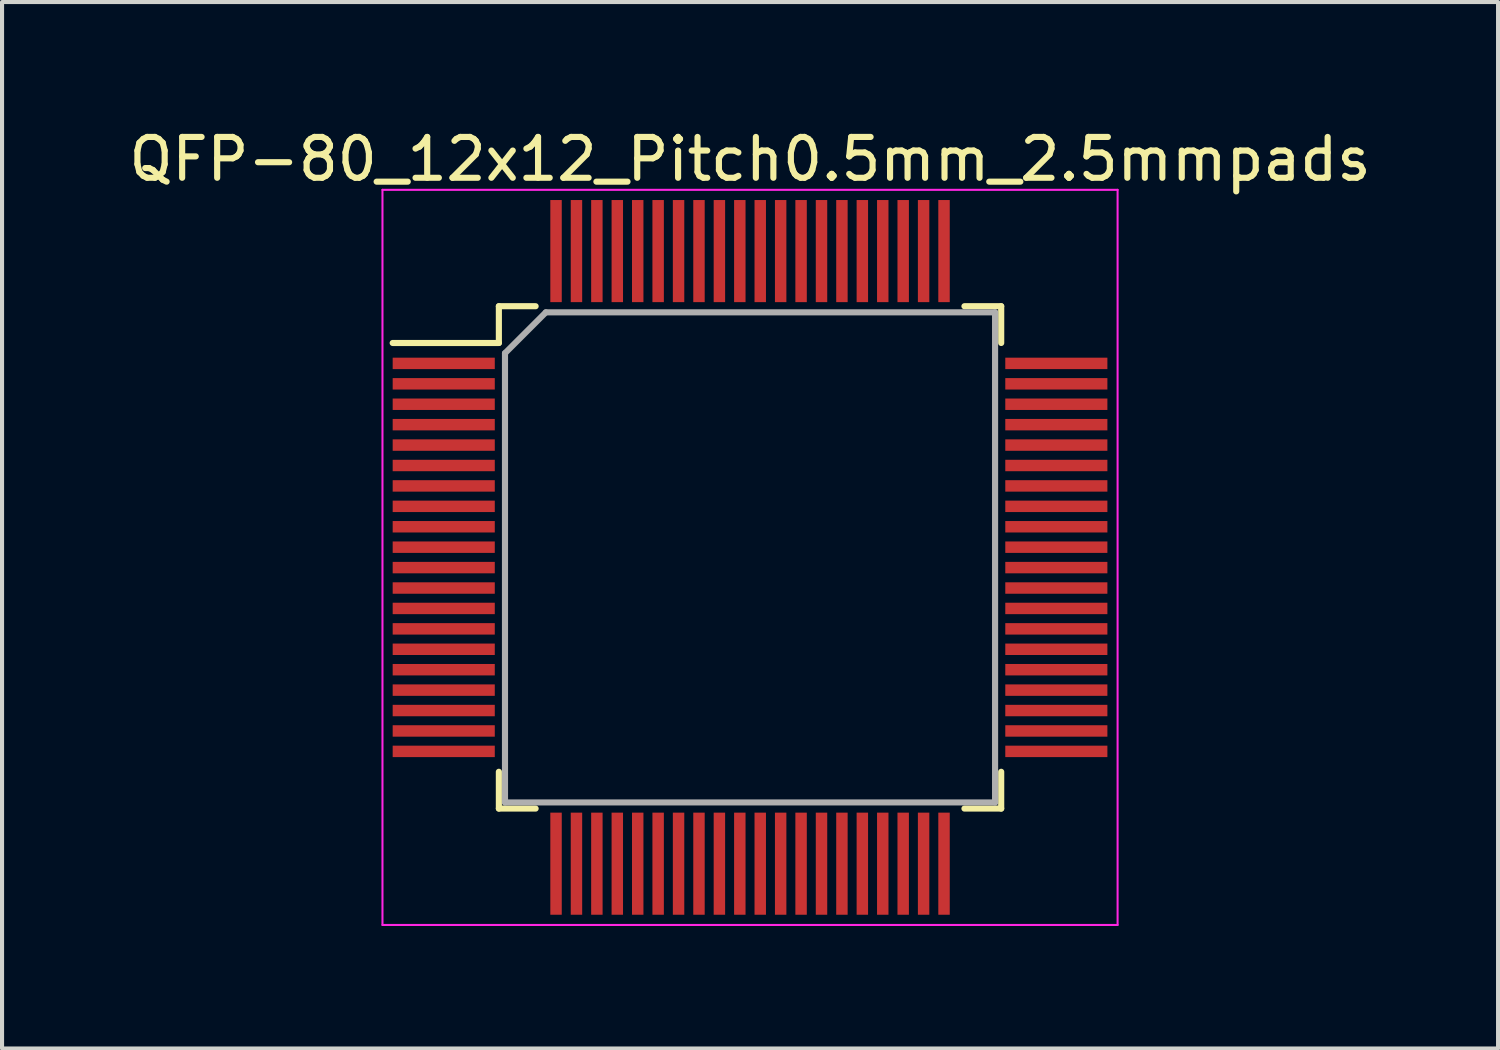
<source format=kicad_pcb>
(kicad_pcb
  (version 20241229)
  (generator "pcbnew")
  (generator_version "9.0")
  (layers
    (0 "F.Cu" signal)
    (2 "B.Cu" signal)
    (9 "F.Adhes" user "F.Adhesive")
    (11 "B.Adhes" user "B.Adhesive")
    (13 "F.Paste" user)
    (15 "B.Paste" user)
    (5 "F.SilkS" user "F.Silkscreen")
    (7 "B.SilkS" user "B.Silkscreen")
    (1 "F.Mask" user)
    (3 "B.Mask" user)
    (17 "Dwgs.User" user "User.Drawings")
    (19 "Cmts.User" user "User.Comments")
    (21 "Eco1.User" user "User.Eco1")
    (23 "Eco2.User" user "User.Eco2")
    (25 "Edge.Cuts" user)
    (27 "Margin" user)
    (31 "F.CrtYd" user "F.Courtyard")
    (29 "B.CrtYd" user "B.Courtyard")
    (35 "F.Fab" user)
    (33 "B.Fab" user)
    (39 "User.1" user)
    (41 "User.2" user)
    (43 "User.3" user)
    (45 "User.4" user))
  (footprint "QFP-80_12x12_Pitch0.5mm_2.5mmpads"
    (layer "F.Cu")
    (at 15.315 10.598)
    (property "Reference" "QFP-80_12x12_Pitch0.5mm_2.5mmpads" (at 0 -9.75 0) (layer "F.SilkS") (effects (font (size 1 1) (thickness 0.15))))
    (attr smd)
    (fp_line (start -6.15 -6.15) (end -6.15 -5.25) (stroke (width 0.15) (type solid)) (layer "F.SilkS"))
    (fp_line (start -6.15 -5.25) (end -8.75 -5.25) (stroke (width 0.15) (type solid)) (layer "F.SilkS"))
    (fp_line (start -6.15 6.15) (end -6.15 5.25) (stroke (width 0.15) (type solid)) (layer "F.SilkS"))
    (fp_line (start -5.25 -6.15) (end -6.15 -6.15) (stroke (width 0.15) (type solid)) (layer "F.SilkS"))
    (fp_line (start -5.25 6.15) (end -6.15 6.15) (stroke (width 0.15) (type solid)) (layer "F.SilkS"))
    (fp_line (start 5.25 -6.15) (end 6.15 -6.15) (stroke (width 0.15) (type solid)) (layer "F.SilkS"))
    (fp_line (start 5.25 6.15) (end 6.15 6.15) (stroke (width 0.15) (type solid)) (layer "F.SilkS"))
    (fp_line (start 6.15 -6.15) (end 6.15 -5.25) (stroke (width 0.15) (type solid)) (layer "F.SilkS"))
    (fp_line (start 6.15 6.15) (end 6.15 5.25) (stroke (width 0.15) (type solid)) (layer "F.SilkS"))
    (fp_line (start -9 -9) (end 9 -9) (stroke (width 0.05) (type solid)) (layer "F.CrtYd"))
    (fp_line (start -9 9) (end -9 -9) (stroke (width 0.05) (type solid)) (layer "F.CrtYd"))
    (fp_line (start 9 -9) (end 9 9) (stroke (width 0.05) (type solid)) (layer "F.CrtYd"))
    (fp_line (start 9 9) (end -9 9) (stroke (width 0.05) (type solid)) (layer "F.CrtYd"))
    (fp_line (start -6 -5) (end -6 6) (stroke (width 0.15) (type solid)) (layer "F.Fab"))
    (fp_line (start -6 6) (end 6 6) (stroke (width 0.15) (type solid)) (layer "F.Fab"))
    (fp_line (start -5 -6) (end -6 -5) (stroke (width 0.15) (type solid)) (layer "F.Fab"))
    (fp_line (start 6 -6) (end -5 -6) (stroke (width 0.15) (type solid)) (layer "F.Fab"))
    (fp_line (start 6 6) (end 6 -6) (stroke (width 0.15) (type solid)) (layer "F.Fab"))
    (pad "1" smd rect (at -7.5 -4.75 90) (size 0.28 2.5) (layers "F.Cu" "F.Mask" "F.Paste"))
    (pad "2" smd rect (at -7.5 -4.25 90) (size 0.28 2.5) (layers "F.Cu" "F.Mask" "F.Paste"))
    (pad "3" smd rect (at -7.5 -3.75 90) (size 0.28 2.5) (layers "F.Cu" "F.Mask" "F.Paste"))
    (pad "4" smd rect (at -7.5 -3.25 90) (size 0.28 2.5) (layers "F.Cu" "F.Mask" "F.Paste"))
    (pad "5" smd rect (at -7.5 -2.75 90) (size 0.28 2.5) (layers "F.Cu" "F.Mask" "F.Paste"))
    (pad "6" smd rect (at -7.5 -2.25 90) (size 0.28 2.5) (layers "F.Cu" "F.Mask" "F.Paste"))
    (pad "7" smd rect (at -7.5 -1.75 90) (size 0.28 2.5) (layers "F.Cu" "F.Mask" "F.Paste"))
    (pad "8" smd rect (at -7.5 -1.25 90) (size 0.28 2.5) (layers "F.Cu" "F.Mask" "F.Paste"))
    (pad "9" smd rect (at -7.5 -0.75 90) (size 0.28 2.5) (layers "F.Cu" "F.Mask" "F.Paste"))
    (pad "10" smd rect (at -7.5 -0.25 90) (size 0.28 2.5) (layers "F.Cu" "F.Mask" "F.Paste"))
    (pad "11" smd rect (at -7.5 0.25 90) (size 0.28 2.5) (layers "F.Cu" "F.Mask" "F.Paste"))
    (pad "12" smd rect (at -7.5 0.75 90) (size 0.28 2.5) (layers "F.Cu" "F.Mask" "F.Paste"))
    (pad "13" smd rect (at -7.5 1.25 90) (size 0.28 2.5) (layers "F.Cu" "F.Mask" "F.Paste"))
    (pad "14" smd rect (at -7.5 1.75 90) (size 0.28 2.5) (layers "F.Cu" "F.Mask" "F.Paste"))
    (pad "15" smd rect (at -7.5 2.25 90) (size 0.28 2.5) (layers "F.Cu" "F.Mask" "F.Paste"))
    (pad "16" smd rect (at -7.5 2.75 90) (size 0.28 2.5) (layers "F.Cu" "F.Mask" "F.Paste"))
    (pad "17" smd rect (at -7.5 3.25 90) (size 0.28 2.5) (layers "F.Cu" "F.Mask" "F.Paste"))
    (pad "18" smd rect (at -7.5 3.75 90) (size 0.28 2.5) (layers "F.Cu" "F.Mask" "F.Paste"))
    (pad "19" smd rect (at -7.5 4.25 90) (size 0.28 2.5) (layers "F.Cu" "F.Mask" "F.Paste"))
    (pad "20" smd rect (at -7.5 4.75 90) (size 0.28 2.5) (layers "F.Cu" "F.Mask" "F.Paste"))
    (pad "21" smd rect (at -4.75 7.5) (size 0.28 2.5) (layers "F.Cu" "F.Mask" "F.Paste"))
    (pad "22" smd rect (at -4.25 7.5) (size 0.28 2.5) (layers "F.Cu" "F.Mask" "F.Paste"))
    (pad "23" smd rect (at -3.75 7.5) (size 0.28 2.5) (layers "F.Cu" "F.Mask" "F.Paste"))
    (pad "24" smd rect (at -3.25 7.5) (size 0.28 2.5) (layers "F.Cu" "F.Mask" "F.Paste"))
    (pad "25" smd rect (at -2.75 7.5) (size 0.28 2.5) (layers "F.Cu" "F.Mask" "F.Paste"))
    (pad "26" smd rect (at -2.25 7.5) (size 0.28 2.5) (layers "F.Cu" "F.Mask" "F.Paste"))
    (pad "27" smd rect (at -1.75 7.5) (size 0.28 2.5) (layers "F.Cu" "F.Mask" "F.Paste"))
    (pad "28" smd rect (at -1.25 7.5) (size 0.28 2.5) (layers "F.Cu" "F.Mask" "F.Paste"))
    (pad "29" smd rect (at -0.75 7.5) (size 0.28 2.5) (layers "F.Cu" "F.Mask" "F.Paste"))
    (pad "30" smd rect (at -0.25 7.5) (size 0.28 2.5) (layers "F.Cu" "F.Mask" "F.Paste"))
    (pad "31" smd rect (at 0.25 7.5) (size 0.28 2.5) (layers "F.Cu" "F.Mask" "F.Paste"))
    (pad "32" smd rect (at 0.75 7.5) (size 0.28 2.5) (layers "F.Cu" "F.Mask" "F.Paste"))
    (pad "33" smd rect (at 1.25 7.5) (size 0.28 2.5) (layers "F.Cu" "F.Mask" "F.Paste"))
    (pad "34" smd rect (at 1.75 7.5) (size 0.28 2.5) (layers "F.Cu" "F.Mask" "F.Paste"))
    (pad "35" smd rect (at 2.25 7.5) (size 0.28 2.5) (layers "F.Cu" "F.Mask" "F.Paste"))
    (pad "36" smd rect (at 2.75 7.5) (size 0.28 2.5) (layers "F.Cu" "F.Mask" "F.Paste"))
    (pad "37" smd rect (at 3.25 7.5) (size 0.28 2.5) (layers "F.Cu" "F.Mask" "F.Paste"))
    (pad "38" smd rect (at 3.75 7.5) (size 0.28 2.5) (layers "F.Cu" "F.Mask" "F.Paste"))
    (pad "39" smd rect (at 4.25 7.5) (size 0.28 2.5) (layers "F.Cu" "F.Mask" "F.Paste"))
    (pad "40" smd rect (at 4.75 7.5) (size 0.28 2.5) (layers "F.Cu" "F.Mask" "F.Paste"))
    (pad "41" smd rect (at 7.5 4.75 90) (size 0.28 2.5) (layers "F.Cu" "F.Mask" "F.Paste"))
    (pad "42" smd rect (at 7.5 4.25 90) (size 0.28 2.5) (layers "F.Cu" "F.Mask" "F.Paste"))
    (pad "43" smd rect (at 7.5 3.75 90) (size 0.28 2.5) (layers "F.Cu" "F.Mask" "F.Paste"))
    (pad "44" smd rect (at 7.5 3.25 90) (size 0.28 2.5) (layers "F.Cu" "F.Mask" "F.Paste"))
    (pad "45" smd rect (at 7.5 2.75 90) (size 0.28 2.5) (layers "F.Cu" "F.Mask" "F.Paste"))
    (pad "46" smd rect (at 7.5 2.25 90) (size 0.28 2.5) (layers "F.Cu" "F.Mask" "F.Paste"))
    (pad "47" smd rect (at 7.5 1.75 90) (size 0.28 2.5) (layers "F.Cu" "F.Mask" "F.Paste"))
    (pad "48" smd rect (at 7.5 1.25 90) (size 0.28 2.5) (layers "F.Cu" "F.Mask" "F.Paste"))
    (pad "49" smd rect (at 7.5 0.75 90) (size 0.28 2.5) (layers "F.Cu" "F.Mask" "F.Paste"))
    (pad "50" smd rect (at 7.5 0.25 90) (size 0.28 2.5) (layers "F.Cu" "F.Mask" "F.Paste"))
    (pad "51" smd rect (at 7.5 -0.25 90) (size 0.28 2.5) (layers "F.Cu" "F.Mask" "F.Paste"))
    (pad "52" smd rect (at 7.5 -0.75 90) (size 0.28 2.5) (layers "F.Cu" "F.Mask" "F.Paste"))
    (pad "53" smd rect (at 7.5 -1.25 90) (size 0.28 2.5) (layers "F.Cu" "F.Mask" "F.Paste"))
    (pad "54" smd rect (at 7.5 -1.75 90) (size 0.28 2.5) (layers "F.Cu" "F.Mask" "F.Paste"))
    (pad "55" smd rect (at 7.5 -2.25 90) (size 0.28 2.5) (layers "F.Cu" "F.Mask" "F.Paste"))
    (pad "56" smd rect (at 7.5 -2.75 90) (size 0.28 2.5) (layers "F.Cu" "F.Mask" "F.Paste"))
    (pad "57" smd rect (at 7.5 -3.25 90) (size 0.28 2.5) (layers "F.Cu" "F.Mask" "F.Paste"))
    (pad "58" smd rect (at 7.5 -3.75 90) (size 0.28 2.5) (layers "F.Cu" "F.Mask" "F.Paste"))
    (pad "59" smd rect (at 7.5 -4.25 90) (size 0.28 2.5) (layers "F.Cu" "F.Mask" "F.Paste"))
    (pad "60" smd rect (at 7.5 -4.75 90) (size 0.28 2.5) (layers "F.Cu" "F.Mask" "F.Paste"))
    (pad "61" smd rect (at 4.75 -7.5) (size 0.28 2.5) (layers "F.Cu" "F.Mask" "F.Paste"))
    (pad "62" smd rect (at 4.25 -7.5) (size 0.28 2.5) (layers "F.Cu" "F.Mask" "F.Paste"))
    (pad "63" smd rect (at 3.75 -7.5) (size 0.28 2.5) (layers "F.Cu" "F.Mask" "F.Paste"))
    (pad "64" smd rect (at 3.25 -7.5) (size 0.28 2.5) (layers "F.Cu" "F.Mask" "F.Paste"))
    (pad "65" smd rect (at 2.75 -7.5) (size 0.28 2.5) (layers "F.Cu" "F.Mask" "F.Paste"))
    (pad "66" smd rect (at 2.25 -7.5) (size 0.28 2.5) (layers "F.Cu" "F.Mask" "F.Paste"))
    (pad "67" smd rect (at 1.75 -7.5) (size 0.28 2.5) (layers "F.Cu" "F.Mask" "F.Paste"))
    (pad "68" smd rect (at 1.25 -7.5) (size 0.28 2.5) (layers "F.Cu" "F.Mask" "F.Paste"))
    (pad "69" smd rect (at 0.75 -7.5) (size 0.28 2.5) (layers "F.Cu" "F.Mask" "F.Paste"))
    (pad "70" smd rect (at 0.25 -7.5) (size 0.28 2.5) (layers "F.Cu" "F.Mask" "F.Paste"))
    (pad "71" smd rect (at -0.25 -7.5) (size 0.28 2.5) (layers "F.Cu" "F.Mask" "F.Paste"))
    (pad "72" smd rect (at -0.75 -7.5) (size 0.28 2.5) (layers "F.Cu" "F.Mask" "F.Paste"))
    (pad "73" smd rect (at -1.25 -7.5) (size 0.28 2.5) (layers "F.Cu" "F.Mask" "F.Paste"))
    (pad "74" smd rect (at -1.75 -7.5) (size 0.28 2.5) (layers "F.Cu" "F.Mask" "F.Paste"))
    (pad "75" smd rect (at -2.25 -7.5) (size 0.28 2.5) (layers "F.Cu" "F.Mask" "F.Paste"))
    (pad "76" smd rect (at -2.75 -7.5) (size 0.28 2.5) (layers "F.Cu" "F.Mask" "F.Paste"))
    (pad "77" smd rect (at -3.25 -7.5) (size 0.28 2.5) (layers "F.Cu" "F.Mask" "F.Paste"))
    (pad "78" smd rect (at -3.75 -7.5) (size 0.28 2.5) (layers "F.Cu" "F.Mask" "F.Paste"))
    (pad "79" smd rect (at -4.25 -7.5) (size 0.28 2.5) (layers "F.Cu" "F.Mask" "F.Paste"))
    (pad "80" smd rect (at -4.75 -7.5) (size 0.28 2.5) (layers "F.Cu" "F.Mask" "F.Paste")))
  (gr_rect
    (start -3 -3)
    (end 33.631 22.623)
    (stroke (width 0.1) (type default))
    (fill no)
    (layer "Edge.Cuts")))
</source>
